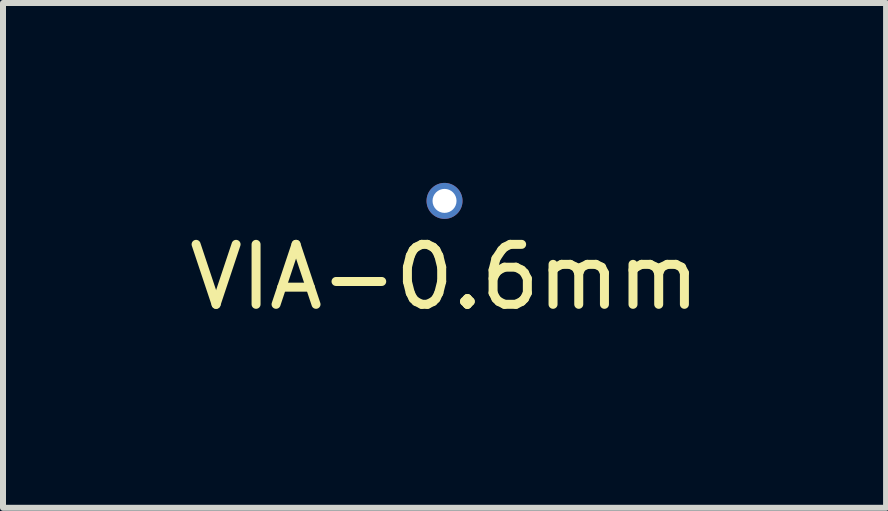
<source format=kicad_pcb>
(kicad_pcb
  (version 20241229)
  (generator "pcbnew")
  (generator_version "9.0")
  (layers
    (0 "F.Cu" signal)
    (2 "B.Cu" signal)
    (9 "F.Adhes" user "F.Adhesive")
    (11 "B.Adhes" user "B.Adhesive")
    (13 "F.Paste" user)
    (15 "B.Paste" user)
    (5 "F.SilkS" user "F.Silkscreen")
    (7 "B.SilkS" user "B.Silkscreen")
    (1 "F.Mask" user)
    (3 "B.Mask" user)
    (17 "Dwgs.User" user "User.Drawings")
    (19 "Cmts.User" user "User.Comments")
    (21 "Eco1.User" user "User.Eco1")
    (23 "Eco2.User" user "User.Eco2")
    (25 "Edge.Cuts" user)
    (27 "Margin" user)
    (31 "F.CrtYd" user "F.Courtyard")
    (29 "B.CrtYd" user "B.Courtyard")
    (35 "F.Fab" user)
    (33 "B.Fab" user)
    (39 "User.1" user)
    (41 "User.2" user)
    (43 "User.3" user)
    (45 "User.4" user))
  (footprint "VIA-0.6mm"
    (layer "F.Cu")
    (at 4.363 0.3)
    (property "Reference" "VIA-0.6mm" (at 0 1.27 0) (layer "F.SilkS") (effects (font (size 1 1) (thickness 0.15))))
    (attr through_hole)
    (pad "1" thru_hole circle (at 0 0) (size 0.6 0.6) (drill 0.4) (layers "*.Cu")))
  (gr_rect
    (start -3 -3)
    (end 11.726 5.418)
    (stroke (width 0.1) (type default))
    (fill no)
    (layer "Edge.Cuts")))
</source>
